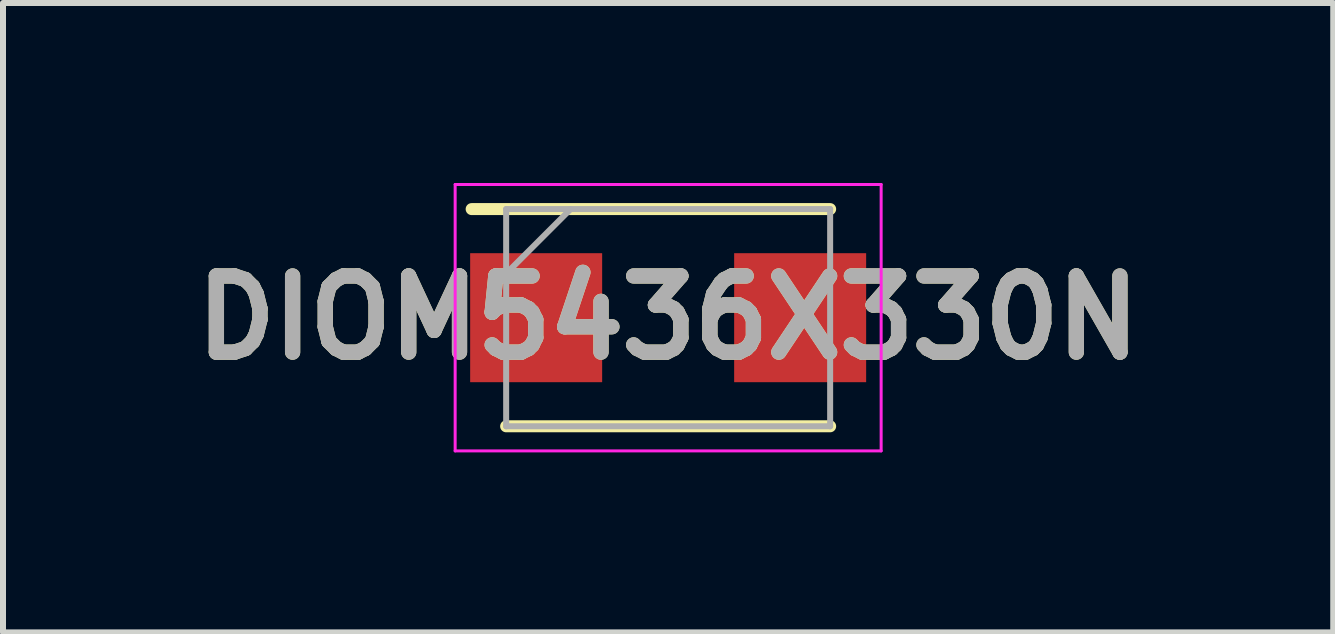
<source format=kicad_pcb>
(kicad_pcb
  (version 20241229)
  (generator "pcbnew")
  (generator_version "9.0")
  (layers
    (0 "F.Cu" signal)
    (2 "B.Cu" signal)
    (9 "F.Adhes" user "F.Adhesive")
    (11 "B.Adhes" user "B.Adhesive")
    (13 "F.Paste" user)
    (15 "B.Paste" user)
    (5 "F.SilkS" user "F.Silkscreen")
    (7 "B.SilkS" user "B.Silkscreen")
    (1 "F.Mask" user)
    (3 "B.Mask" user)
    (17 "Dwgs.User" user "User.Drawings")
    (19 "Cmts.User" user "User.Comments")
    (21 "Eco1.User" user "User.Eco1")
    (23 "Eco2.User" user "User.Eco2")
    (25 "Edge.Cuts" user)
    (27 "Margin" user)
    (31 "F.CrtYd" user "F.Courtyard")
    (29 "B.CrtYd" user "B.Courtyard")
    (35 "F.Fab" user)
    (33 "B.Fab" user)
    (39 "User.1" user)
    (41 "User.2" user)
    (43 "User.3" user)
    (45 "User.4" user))
  (footprint "DIOM5436X330N"
    (layer "F.Cu")
    (at 8.086 2.245)
    (property "Reference" "DIOM5436X330N" (at 0 0 0) (layer "F.SilkS") (effects (font (size 1.27 1.27) (thickness 0.254))))
    (attr smd)
    (fp_line (start -2.7 1.81) (end 2.7 1.81) (stroke (width 0.2) (type solid)) (layer "F.SilkS"))
    (fp_line (start 2.7 -1.81) (end -3.275 -1.81) (stroke (width 0.2) (type solid)) (layer "F.SilkS"))
    (fp_line (start -3.55 -2.22) (end 3.55 -2.22) (stroke (width 0.05) (type solid)) (layer "F.CrtYd"))
    (fp_line (start -3.55 2.22) (end -3.55 -2.22) (stroke (width 0.05) (type solid)) (layer "F.CrtYd"))
    (fp_line (start 3.55 -2.22) (end 3.55 2.22) (stroke (width 0.05) (type solid)) (layer "F.CrtYd"))
    (fp_line (start 3.55 2.22) (end -3.55 2.22) (stroke (width 0.05) (type solid)) (layer "F.CrtYd"))
    (fp_line (start -2.7 -1.81) (end 2.7 -1.81) (stroke (width 0.1) (type solid)) (layer "F.Fab"))
    (fp_line (start -2.7 -0.735) (end -1.625 -1.81) (stroke (width 0.1) (type solid)) (layer "F.Fab"))
    (fp_line (start -2.7 1.81) (end -2.7 -1.81) (stroke (width 0.1) (type solid)) (layer "F.Fab"))
    (fp_line (start 2.7 -1.81) (end 2.7 1.81) (stroke (width 0.1) (type solid)) (layer "F.Fab"))
    (fp_line (start 2.7 1.81) (end -2.7 1.81) (stroke (width 0.1) (type solid)) (layer "F.Fab"))
    (fp_text user "${REFERENCE}" (at 0 0 0) (layer "F.Fab") (effects (font (size 1.27 1.27) (thickness 0.254))))
    (pad "1" smd rect (at -2.2 0 90) (size 2.15 2.2) (layers "F.Cu" "F.Mask" "F.Paste"))
    (pad "2" smd rect (at 2.2 0 90) (size 2.15 2.2) (layers "F.Cu" "F.Mask" "F.Paste")))
  (gr_rect
    (start -3 -3)
    (end 19.171 7.49)
    (stroke (width 0.1) (type default))
    (fill no)
    (layer "Edge.Cuts")))
</source>
